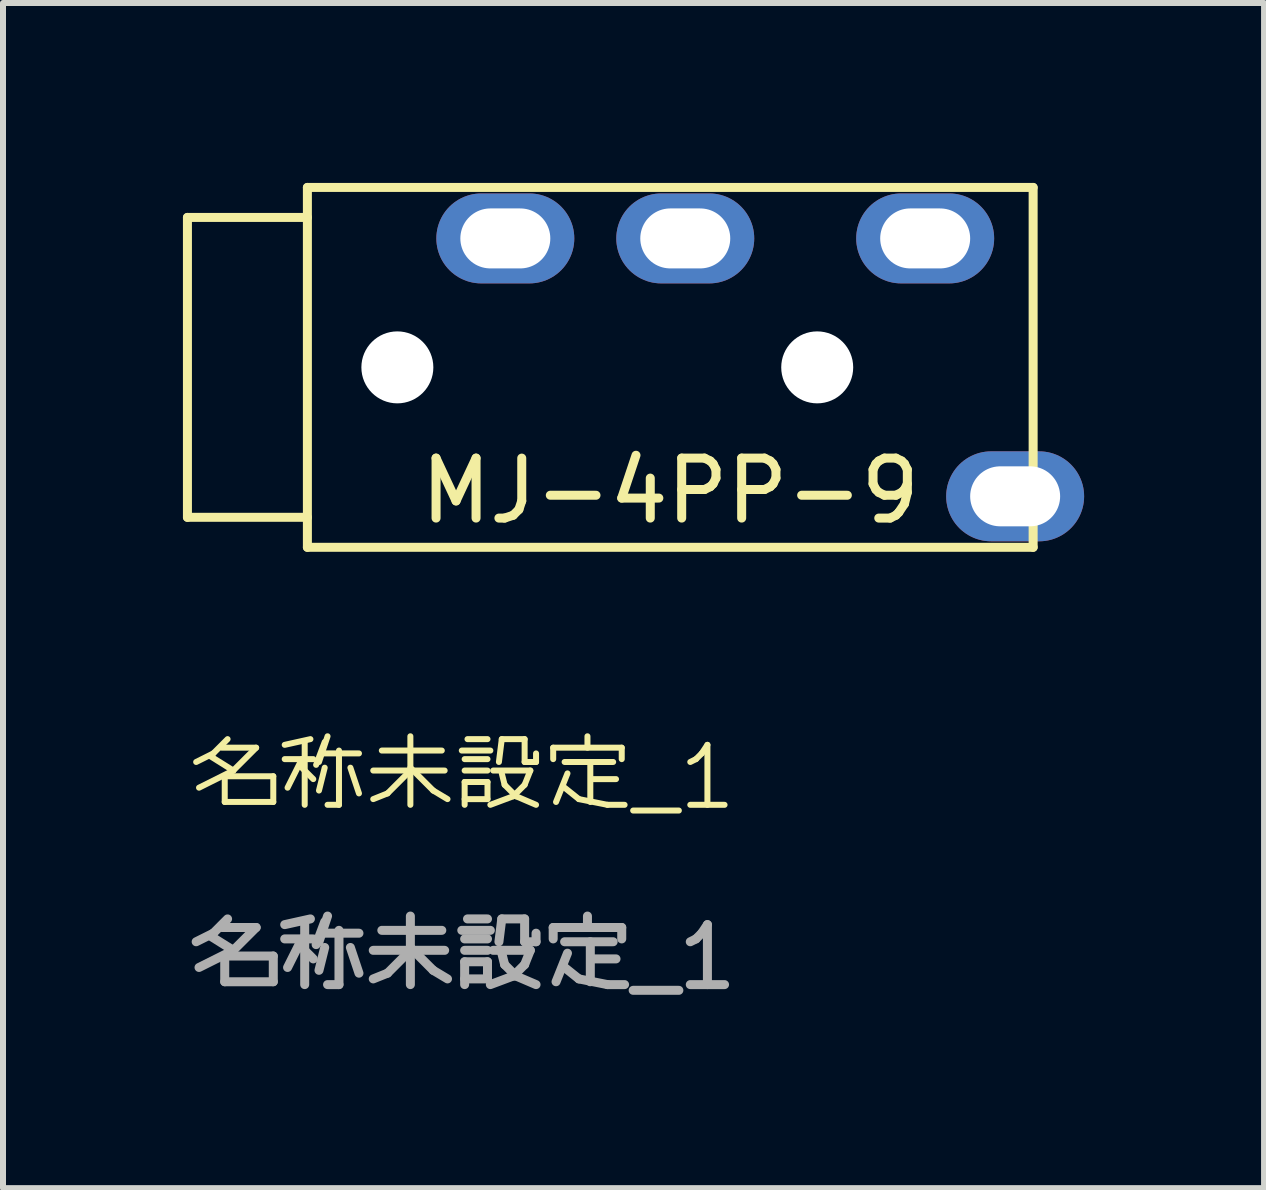
<source format=kicad_pcb>
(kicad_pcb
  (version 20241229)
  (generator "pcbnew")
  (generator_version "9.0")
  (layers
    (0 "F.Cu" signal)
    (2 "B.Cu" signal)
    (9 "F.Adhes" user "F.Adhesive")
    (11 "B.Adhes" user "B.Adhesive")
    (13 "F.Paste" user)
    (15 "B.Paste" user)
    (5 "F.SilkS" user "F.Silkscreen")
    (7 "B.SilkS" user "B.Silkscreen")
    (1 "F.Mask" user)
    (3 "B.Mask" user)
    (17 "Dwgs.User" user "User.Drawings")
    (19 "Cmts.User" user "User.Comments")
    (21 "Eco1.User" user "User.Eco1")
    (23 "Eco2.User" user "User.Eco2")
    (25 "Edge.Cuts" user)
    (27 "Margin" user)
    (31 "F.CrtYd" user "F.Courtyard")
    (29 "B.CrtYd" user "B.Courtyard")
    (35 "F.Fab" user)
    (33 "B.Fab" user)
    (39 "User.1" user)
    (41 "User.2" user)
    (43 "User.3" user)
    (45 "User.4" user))
  (footprint "名称未設定_1"
    (layer "F.Cu")
    (at 4.673 10.411)
    (property "Reference" "名称未設定_1" (at 0 -0.5 0) (unlocked yes) (layer "F.SilkS") (effects (font (size 1 1) (thickness 0.1))))
    (attr through_hole)
    (fp_text user "${REFERENCE}" (at 0 2.5 0) (unlocked yes) (layer "F.Fab") (effects (font (size 1 1) (thickness 0.15)))))
  (footprint "MJ-4PP-9"
    (layer "F.Cu")
    (at 8.125 3.025)
    (property "Reference" "MJ-4PP-9" (at 0 2.108 0) (layer "F.SilkS") (effects (font (size 1 1) (thickness 0.15))))
    (attr through_hole)
    (fp_line (start -8.05 -2.45) (end -8.05 2.55) (stroke (width 0.15) (type solid)) (layer "F.SilkS"))
    (fp_line (start -8.05 -2.45) (end -6.05 -2.45) (stroke (width 0.15) (type solid)) (layer "F.SilkS"))
    (fp_line (start -8.05 2.55) (end -6.05 2.55) (stroke (width 0.15) (type solid)) (layer "F.SilkS"))
    (fp_line (start -6.05 -2.95) (end 6.05 -2.95) (stroke (width 0.15) (type solid)) (layer "F.SilkS"))
    (fp_line (start -6.05 3.05) (end -6.05 -2.95) (stroke (width 0.15) (type solid)) (layer "F.SilkS"))
    (fp_line (start 6.05 -2.95) (end 6.05 3.05) (stroke (width 0.15) (type solid)) (layer "F.SilkS"))
    (fp_line (start 6.05 3.05) (end -6.05 3.05) (stroke (width 0.15) (type solid)) (layer "F.SilkS"))
    (pad "" np_thru_hole circle (at -4.55 0.05) (size 1.2 1.2) (drill 1.2) (layers "*.Cu" "*.Mask"))
    (pad "" np_thru_hole circle (at 2.45 0.05) (size 1.2 1.2) (drill 1.2) (layers "*.Cu" "*.Mask"))
    (pad "R1" thru_hole oval (at 0.25 -2.1) (size 2.3 1.5) (drill oval 1.5 1) (layers "*.Cu" "*.Mask"))
    (pad "R2" thru_hole oval (at -2.75 -2.1) (size 2.3 1.5) (drill oval 1.5 1) (layers "*.Cu" "*.Mask"))
    (pad "S" thru_hole oval (at 5.75 2.2) (size 2.3 1.5) (drill oval 1.5 1) (layers "*.Cu" "*.Mask"))
    (pad "T" thru_hole oval (at 4.25 -2.1) (size 2.3 1.5) (drill oval 1.5 1) (layers "*.Cu" "*.Mask")))
  (gr_rect
    (start -3 -3)
    (end 18.025 16.759)
    (stroke (width 0.1) (type default))
    (fill no)
    (layer "Edge.Cuts")))
</source>
